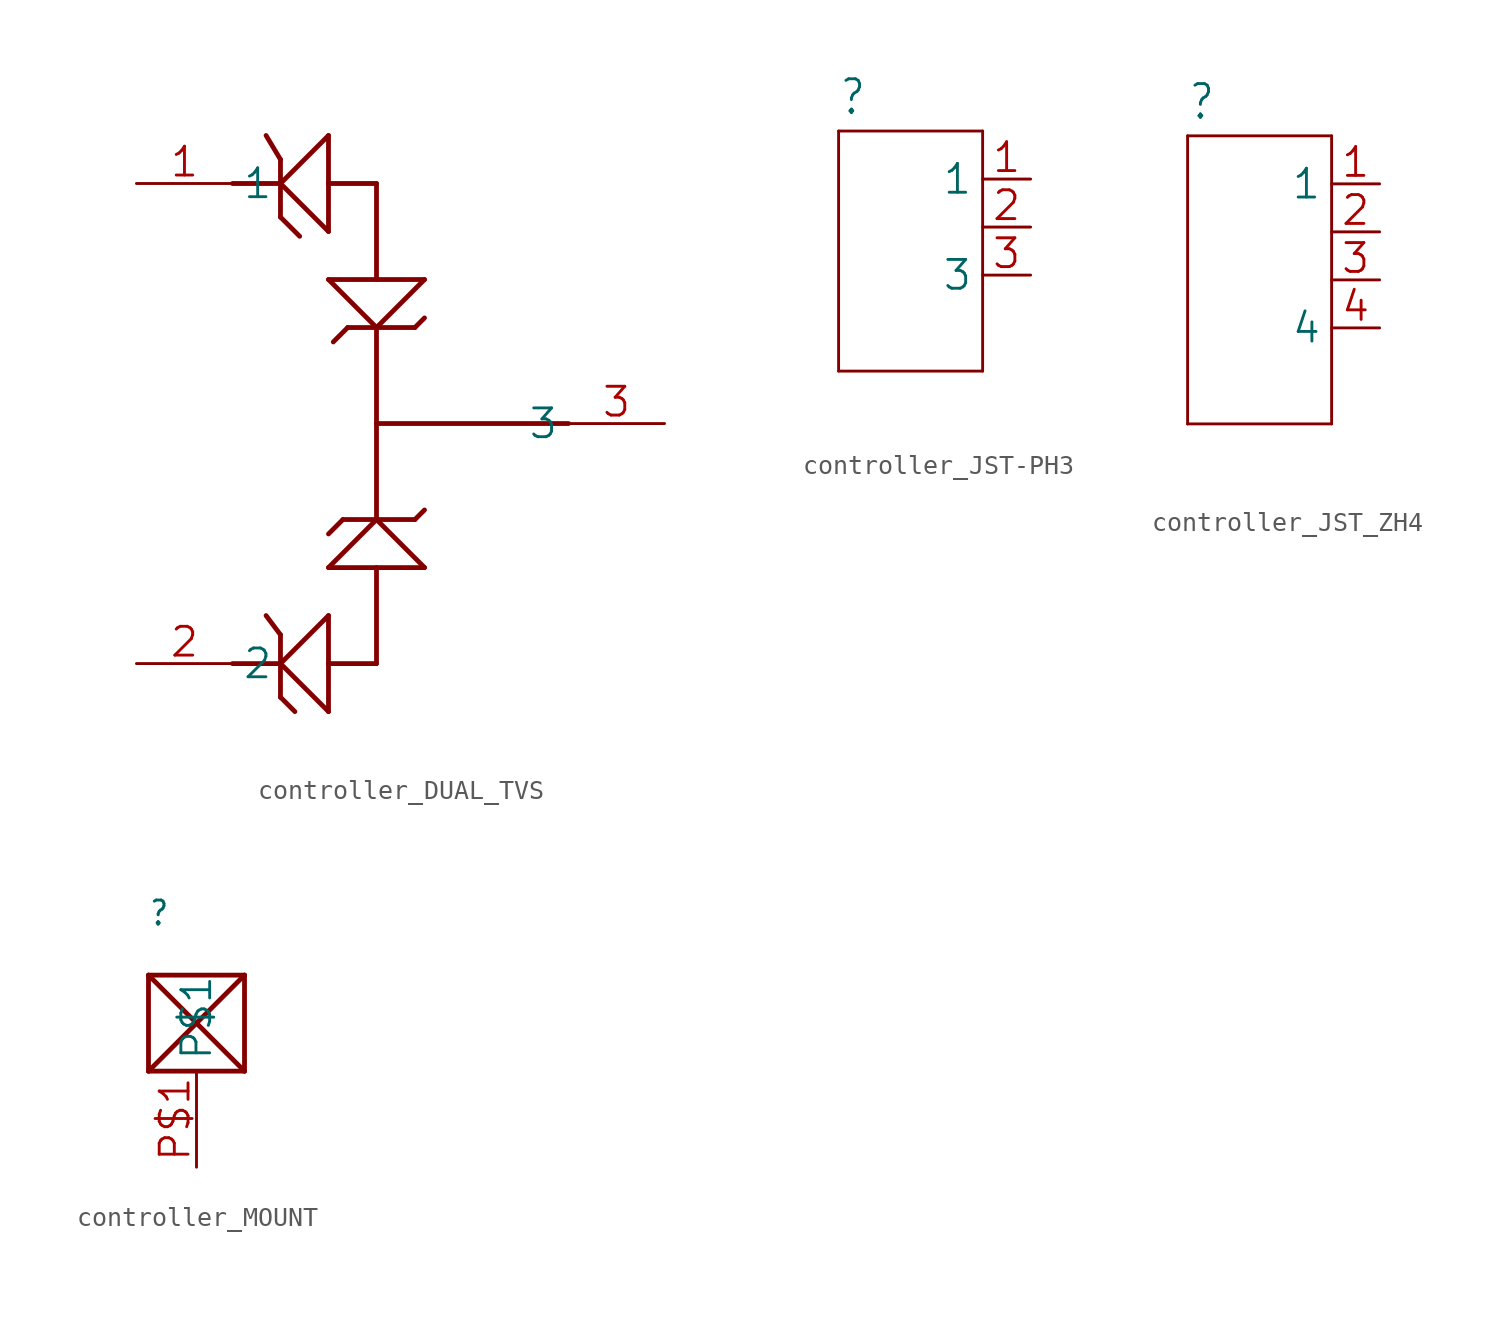
<source format=kicad_sym>
(kicad_symbol_lib
  (version 20241209)
  (generator "kicad_symbol_editor")
  (generator_version "9.0")
  (symbol "controller_DUAL_TVS"
    (property "Reference" ""
      (at 0 0 0)
      (effects (font (size 1.27 1.27)) (hide yes)))
    (property "ki_locked" ""
      (at 0 0 0)
      (effects (font (size 1.27 1.27))))
    (symbol "controller_DUAL_TVS_1_0"
      (polyline (pts (xy -10.16 12.7) (xy -7.62 12.7)) (stroke (width 0.254) (type solid)) (fill (type none)))
      (polyline (pts (xy -10.16 -12.7) (xy -7.62 -12.7)) (stroke (width 0.254) (type solid)) (fill (type none)))
      (polyline (pts (xy -7.62 13.97) (xy -8.382 15.24)) (stroke (width 0.254) (type solid)) (fill (type none)))
      (polyline (pts (xy -7.62 12.7) (xy -7.62 13.97)) (stroke (width 0.254) (type solid)) (fill (type none)))
      (polyline (pts (xy -7.62 12.7) (xy -7.62 10.922)) (stroke (width 0.254) (type solid)) (fill (type none)))
      (polyline (pts (xy -7.62 12.7) (xy -5.08 15.24)) (stroke (width 0.254) (type solid)) (fill (type none)))
      (polyline (pts (xy -7.62 10.922) (xy -6.604 9.906)) (stroke (width 0.254) (type solid)) (fill (type none)))
      (polyline (pts (xy -7.62 -11.176) (xy -8.382 -10.16)) (stroke (width 0.254) (type solid)) (fill (type none)))
      (polyline (pts (xy -7.62 -12.7) (xy -7.62 -11.176)) (stroke (width 0.254) (type solid)) (fill (type none)))
      (polyline (pts (xy -7.62 -12.7) (xy -7.62 -14.478)) (stroke (width 0.254) (type solid)) (fill (type none)))
      (polyline (pts (xy -7.62 -12.7) (xy -5.08 -10.16)) (stroke (width 0.254) (type solid)) (fill (type none)))
      (polyline (pts (xy -7.62 -14.478) (xy -6.858 -15.24)) (stroke (width 0.254) (type solid)) (fill (type none)))
      (polyline (pts (xy -5.08 15.24) (xy -5.08 12.7)) (stroke (width 0.254) (type solid)) (fill (type none)))
      (polyline (pts (xy -5.08 12.7) (xy -5.08 10.16)) (stroke (width 0.254) (type solid)) (fill (type none)))
      (polyline (pts (xy -5.08 12.7) (xy -2.54 12.7)) (stroke (width 0.254) (type solid)) (fill (type none)))
      (polyline (pts (xy -5.08 10.16) (xy -7.62 12.7)) (stroke (width 0.254) (type solid)) (fill (type none)))
      (polyline (pts (xy -5.08 7.62) (xy 0 7.62)) (stroke (width 0.254) (type solid)) (fill (type none)))
      (polyline (pts (xy -5.08 -7.62) (xy 0 -7.62)) (stroke (width 0.254) (type solid)) (fill (type none)))
      (polyline (pts (xy -5.08 -10.16) (xy -5.08 -12.7)) (stroke (width 0.254) (type solid)) (fill (type none)))
      (polyline (pts (xy -5.08 -12.7) (xy -5.08 -15.24)) (stroke (width 0.254) (type solid)) (fill (type none)))
      (polyline (pts (xy -5.08 -12.7) (xy -2.54 -12.7)) (stroke (width 0.254) (type solid)) (fill (type none)))
      (polyline (pts (xy -5.08 -15.24) (xy -7.62 -12.7)) (stroke (width 0.254) (type solid)) (fill (type none)))
      (polyline (pts (xy -4.318 -5.08) (xy -5.08 -5.842)) (stroke (width 0.254) (type solid)) (fill (type none)))
      (polyline (pts (xy -4.064 5.08) (xy -4.826 4.318)) (stroke (width 0.254) (type solid)) (fill (type none)))
      (polyline (pts (xy -2.54 12.7) (xy -2.54 7.62)) (stroke (width 0.254) (type solid)) (fill (type none)))
      (polyline (pts (xy -2.54 5.08) (xy -5.08 7.62)) (stroke (width 0.254) (type solid)) (fill (type none)))
      (polyline (pts (xy -2.54 5.08) (xy -4.064 5.08)) (stroke (width 0.254) (type solid)) (fill (type none)))
      (polyline (pts (xy -2.54 5.08) (xy -2.54 0)) (stroke (width 0.254) (type solid)) (fill (type none)))
      (polyline (pts (xy -2.54 5.08) (xy -0.508 5.08)) (stroke (width 0.254) (type solid)) (fill (type none)))
      (polyline (pts (xy -2.54 0) (xy 7.62 0)) (stroke (width 0.254) (type solid)) (fill (type none)))
      (polyline (pts (xy -2.54 -5.08) (xy -5.08 -7.62)) (stroke (width 0.254) (type solid)) (fill (type none)))
      (polyline (pts (xy -2.54 -5.08) (xy -4.318 -5.08)) (stroke (width 0.254) (type solid)) (fill (type none)))
      (polyline (pts (xy -2.54 -5.08) (xy -2.54 0)) (stroke (width 0.254) (type solid)) (fill (type none)))
      (polyline (pts (xy -2.54 -5.08) (xy -0.508 -5.08)) (stroke (width 0.254) (type solid)) (fill (type none)))
      (polyline (pts (xy -2.54 -12.7) (xy -2.54 -7.62)) (stroke (width 0.254) (type solid)) (fill (type none)))
      (polyline (pts (xy -0.508 5.08) (xy 0 5.588)) (stroke (width 0.254) (type solid)) (fill (type none)))
      (polyline (pts (xy -0.508 -5.08) (xy 0 -4.572)) (stroke (width 0.254) (type solid)) (fill (type none)))
      (polyline (pts (xy 0 7.62) (xy -2.54 5.08)) (stroke (width 0.254) (type solid)) (fill (type none)))
      (polyline (pts (xy 0 -7.62) (xy -2.54 -5.08)) (stroke (width 0.254) (type solid)) (fill (type none)))
      (pin bidirectional line (at -15.24 12.7 0) (length 5.08) (name "1" (effects (font (size 1.524 1.524)))) (number "1" (effects (font (size 1.524 1.524)))))
      (pin bidirectional line (at -15.24 -12.7 0) (length 5.08) (name "2" (effects (font (size 1.524 1.524)))) (number "2" (effects (font (size 1.524 1.524)))))
      (pin bidirectional line (at 12.7 0 180) (length 5.08) (name "3" (effects (font (size 1.524 1.524)))) (number "3" (effects (font (size 1.524 1.524)))))))
  (symbol "controller_JST-PH3"
    (property "Reference" ""
      (at -5.08 5.842 0)
      (effects (font (size 1.778 1.511)) (justify left bottom)))
    (property "Value" ""
      (at -5.08 -9.906 0)
      (effects (font (size 1.778 1.511)) (justify left bottom)))
    (property "ki_locked" ""
      (at 0 0 0)
      (effects (font (size 1.27 1.27))))
    (symbol "controller_JST-PH3_1_0"
      (polyline (pts (xy -5.08 5.08) (xy -5.08 -7.62)) (stroke (width 0.152) (type solid)) (fill (type none)))
      (polyline (pts (xy -5.08 -7.62) (xy 2.54 -7.62)) (stroke (width 0.152) (type solid)) (fill (type none)))
      (polyline (pts (xy 2.54 5.08) (xy -5.08 5.08)) (stroke (width 0.152) (type solid)) (fill (type none)))
      (polyline (pts (xy 2.54 -7.62) (xy 2.54 5.08)) (stroke (width 0.152) (type solid)) (fill (type none)))
      (pin passive line (at 5.08 2.54 180) (length 2.54) (name "1" (effects (font (size 1.524 1.524)))) (number "1" (effects (font (size 1.524 1.524)))))
      (pin passive line (at 5.08 0 180) (length 2.54) (name "2" (effects (font (size 0 0)))) (number "2" (effects (font (size 1.524 1.524)))))
      (pin passive line (at 5.08 -2.54 180) (length 2.54) (name "3" (effects (font (size 1.524 1.524)))) (number "3" (effects (font (size 1.524 1.524)))))))
  (symbol "controller_JST_ZH4"
    (property "Reference" ""
      (at -5.08 8.382 0)
      (effects (font (size 1.778 1.511)) (justify left bottom)))
    (property "Value" ""
      (at -5.08 -9.906 0)
      (effects (font (size 1.778 1.511)) (justify left bottom)))
    (property "ki_locked" ""
      (at 0 0 0)
      (effects (font (size 1.27 1.27))))
    (symbol "controller_JST_ZH4_1_0"
      (polyline (pts (xy -5.08 7.62) (xy -5.08 -7.62)) (stroke (width 0.152) (type solid)) (fill (type none)))
      (polyline (pts (xy -5.08 -7.62) (xy 2.54 -7.62)) (stroke (width 0.152) (type solid)) (fill (type none)))
      (polyline (pts (xy 2.54 7.62) (xy -5.08 7.62)) (stroke (width 0.152) (type solid)) (fill (type none)))
      (polyline (pts (xy 2.54 -7.62) (xy 2.54 7.62)) (stroke (width 0.152) (type solid)) (fill (type none)))
      (pin passive line (at 5.08 5.08 180) (length 2.54) (name "1" (effects (font (size 1.524 1.524)))) (number "1" (effects (font (size 1.524 1.524)))))
      (pin passive line (at 5.08 2.54 180) (length 2.54) (name "2" (effects (font (size 0 0)))) (number "2" (effects (font (size 1.524 1.524)))))
      (pin passive line (at 5.08 0 180) (length 2.54) (name "3" (effects (font (size 0 0)))) (number "3" (effects (font (size 1.524 1.524)))))
      (pin passive line (at 5.08 -2.54 180) (length 2.54) (name "4" (effects (font (size 1.524 1.524)))) (number "4" (effects (font (size 1.524 1.524)))))))
  (symbol "controller_MOUNT"
    (property "Reference" ""
      (at -2.54 5.08 0)
      (effects (font (size 1.27 1.079)) (justify left bottom)))
    (property "ki_locked" ""
      (at 0 0 0)
      (effects (font (size 1.27 1.27))))
    (symbol "controller_MOUNT_1_0"
      (polyline (pts (xy -2.54 2.54) (xy 2.54 2.54)) (stroke (width 0.254) (type solid)) (fill (type none)))
      (polyline (pts (xy -2.54 2.54) (xy 2.54 -2.54)) (stroke (width 0.254) (type solid)) (fill (type none)))
      (polyline (pts (xy -2.54 -2.54) (xy -2.54 2.54)) (stroke (width 0.254) (type solid)) (fill (type none)))
      (polyline (pts (xy 2.54 2.54) (xy -2.54 -2.54)) (stroke (width 0.254) (type solid)) (fill (type none)))
      (polyline (pts (xy 2.54 -2.54) (xy -2.54 -2.54)) (stroke (width 0.254) (type solid)) (fill (type none)))
      (polyline (pts (xy 2.54 -2.54) (xy 2.54 2.54)) (stroke (width 0.254) (type solid)) (fill (type none)))
      (pin bidirectional line (at 0 -7.62 90) (length 5.08) (name "P$1" (effects (font (size 1.524 1.524)))) (number "P$1" (effects (font (size 1.524 1.524))))))))
</source>
